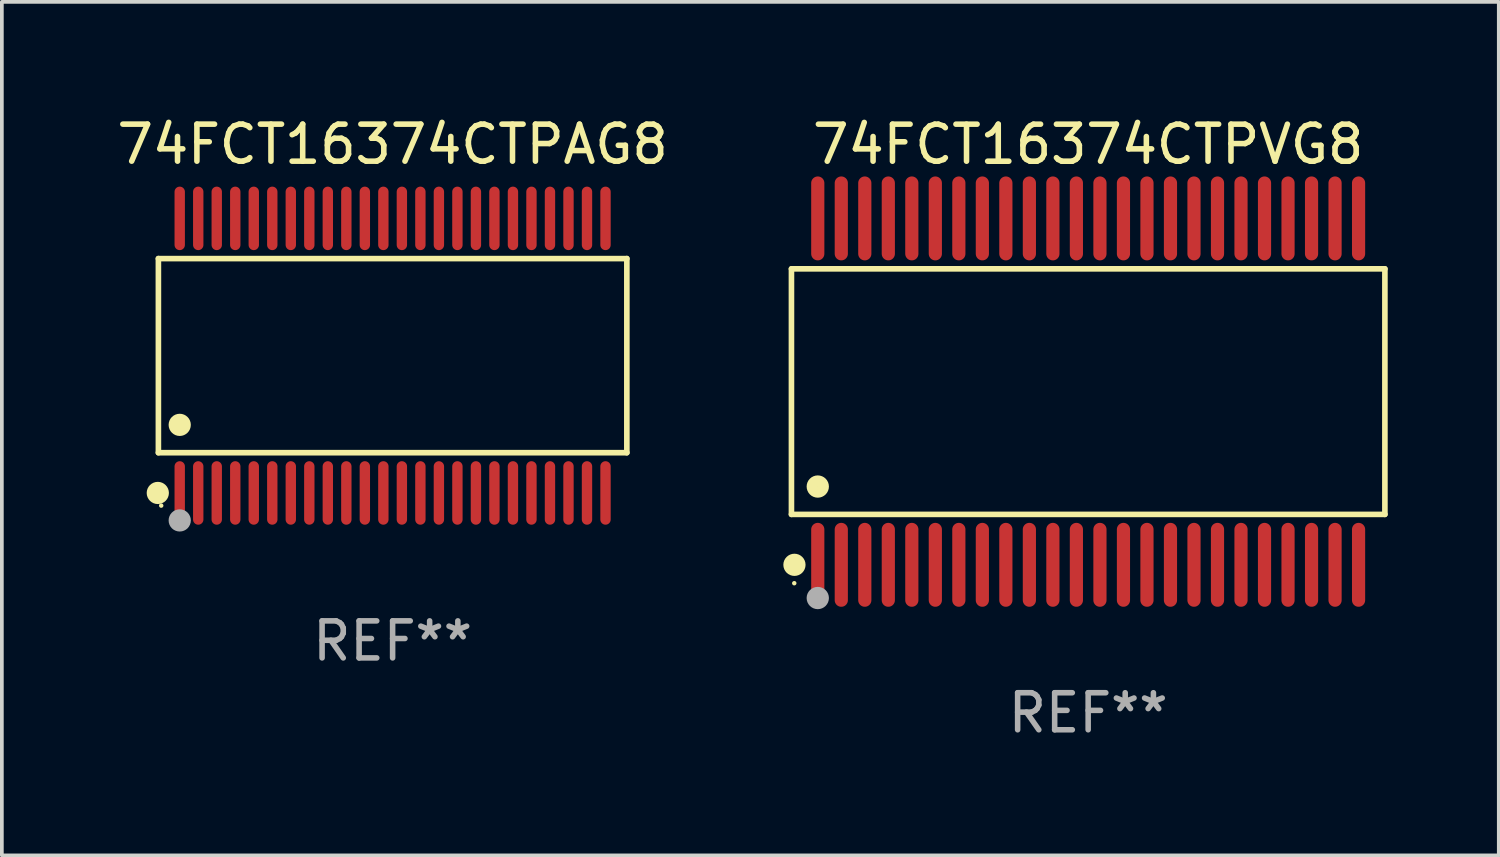
<source format=kicad_pcb>
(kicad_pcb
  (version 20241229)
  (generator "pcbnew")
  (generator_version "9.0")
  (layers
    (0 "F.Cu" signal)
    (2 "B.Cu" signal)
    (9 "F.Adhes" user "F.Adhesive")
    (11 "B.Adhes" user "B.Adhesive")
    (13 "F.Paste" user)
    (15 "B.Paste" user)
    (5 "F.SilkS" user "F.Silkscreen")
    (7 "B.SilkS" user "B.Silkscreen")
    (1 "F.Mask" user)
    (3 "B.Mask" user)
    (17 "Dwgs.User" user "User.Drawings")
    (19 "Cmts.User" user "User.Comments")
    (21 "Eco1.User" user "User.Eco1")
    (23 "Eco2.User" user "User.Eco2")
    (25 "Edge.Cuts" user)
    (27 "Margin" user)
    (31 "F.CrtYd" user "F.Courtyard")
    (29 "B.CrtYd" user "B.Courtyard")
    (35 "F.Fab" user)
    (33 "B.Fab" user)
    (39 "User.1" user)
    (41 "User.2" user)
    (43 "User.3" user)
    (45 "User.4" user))
  (footprint "74FCT16374CTPVG8"
    (layer "F.Cu")
    (at 26.34 7.527)
    (property "Reference" "74FCT16374CTPVG8" (at 0 -6.678 0) (layer "F.SilkS") (effects (font (size 1 1) (thickness 0.15))))
    (attr through_hole)
    (fp_line (start -8.014 -3.316) (end 8.014 -3.316) (stroke (width 0.152) (type solid)) (layer "F.SilkS"))
    (fp_line (start -8.014 3.316) (end -8.014 -3.316) (stroke (width 0.152) (type solid)) (layer "F.SilkS"))
    (fp_line (start 8.014 -3.316) (end 8.014 3.316) (stroke (width 0.152) (type solid)) (layer "F.SilkS"))
    (fp_line (start 8.014 3.316) (end -8.014 3.316) (stroke (width 0.152) (type solid)) (layer "F.SilkS"))
    (fp_circle (center -7.938 5.175) (end -7.908 5.175) (stroke (width 0.06) (type solid)) (fill no) (layer "F.SilkS"))
    (fp_circle (center -7.933 4.678) (end -7.783 4.678) (stroke (width 0.3) (type solid)) (fill no) (layer "F.SilkS"))
    (fp_circle (center -7.303 2.564) (end -7.152 2.564) (stroke (width 0.3) (type solid)) (fill no) (layer "F.SilkS"))
    (fp_circle (center -7.303 5.575) (end -7.152 5.575) (stroke (width 0.3) (type solid)) (fill no) (layer "F.Fab"))
    (fp_text user "REF**" (at 0 8.678 0) (layer "F.Fab") (effects (font (size 1 1) (thickness 0.15))))
    (pad "1" smd oval (at -7.303 4.678) (size 0.356 2.267) (layers "F.Cu" "F.Mask" "F.Paste"))
    (pad "2" smd oval (at -6.668 4.678) (size 0.356 2.267) (layers "F.Cu" "F.Mask" "F.Paste"))
    (pad "3" smd oval (at -6.033 4.678) (size 0.356 2.267) (layers "F.Cu" "F.Mask" "F.Paste"))
    (pad "4" smd oval (at -5.398 4.678) (size 0.356 2.267) (layers "F.Cu" "F.Mask" "F.Paste"))
    (pad "5" smd oval (at -4.763 4.678) (size 0.356 2.267) (layers "F.Cu" "F.Mask" "F.Paste"))
    (pad "6" smd oval (at -4.128 4.678) (size 0.356 2.267) (layers "F.Cu" "F.Mask" "F.Paste"))
    (pad "7" smd oval (at -3.493 4.678) (size 0.356 2.267) (layers "F.Cu" "F.Mask" "F.Paste"))
    (pad "8" smd oval (at -2.858 4.678) (size 0.356 2.267) (layers "F.Cu" "F.Mask" "F.Paste"))
    (pad "9" smd oval (at -2.223 4.678) (size 0.356 2.267) (layers "F.Cu" "F.Mask" "F.Paste"))
    (pad "10" smd oval (at -1.588 4.678) (size 0.356 2.267) (layers "F.Cu" "F.Mask" "F.Paste"))
    (pad "11" smd oval (at -0.953 4.678) (size 0.356 2.267) (layers "F.Cu" "F.Mask" "F.Paste"))
    (pad "12" smd oval (at -0.318 4.678) (size 0.356 2.267) (layers "F.Cu" "F.Mask" "F.Paste"))
    (pad "13" smd oval (at 0.318 4.678) (size 0.356 2.267) (layers "F.Cu" "F.Mask" "F.Paste"))
    (pad "14" smd oval (at 0.953 4.678) (size 0.356 2.267) (layers "F.Cu" "F.Mask" "F.Paste"))
    (pad "15" smd oval (at 1.588 4.678) (size 0.356 2.267) (layers "F.Cu" "F.Mask" "F.Paste"))
    (pad "16" smd oval (at 2.223 4.678) (size 0.356 2.267) (layers "F.Cu" "F.Mask" "F.Paste"))
    (pad "17" smd oval (at 2.858 4.678) (size 0.356 2.267) (layers "F.Cu" "F.Mask" "F.Paste"))
    (pad "18" smd oval (at 3.493 4.678) (size 0.356 2.267) (layers "F.Cu" "F.Mask" "F.Paste"))
    (pad "19" smd oval (at 4.128 4.678) (size 0.356 2.267) (layers "F.Cu" "F.Mask" "F.Paste"))
    (pad "20" smd oval (at 4.763 4.678) (size 0.356 2.267) (layers "F.Cu" "F.Mask" "F.Paste"))
    (pad "21" smd oval (at 5.398 4.678) (size 0.356 2.267) (layers "F.Cu" "F.Mask" "F.Paste"))
    (pad "22" smd oval (at 6.033 4.678) (size 0.356 2.267) (layers "F.Cu" "F.Mask" "F.Paste"))
    (pad "23" smd oval (at 6.668 4.678) (size 0.356 2.267) (layers "F.Cu" "F.Mask" "F.Paste"))
    (pad "24" smd oval (at 7.303 4.678) (size 0.356 2.267) (layers "F.Cu" "F.Mask" "F.Paste"))
    (pad "25" smd oval (at 7.303 -4.678) (size 0.356 2.267) (layers "F.Cu" "F.Mask" "F.Paste"))
    (pad "26" smd oval (at 6.668 -4.678) (size 0.356 2.267) (layers "F.Cu" "F.Mask" "F.Paste"))
    (pad "27" smd oval (at 6.033 -4.678) (size 0.356 2.267) (layers "F.Cu" "F.Mask" "F.Paste"))
    (pad "28" smd oval (at 5.398 -4.678) (size 0.356 2.267) (layers "F.Cu" "F.Mask" "F.Paste"))
    (pad "29" smd oval (at 4.763 -4.678) (size 0.356 2.267) (layers "F.Cu" "F.Mask" "F.Paste"))
    (pad "30" smd oval (at 4.128 -4.678) (size 0.356 2.267) (layers "F.Cu" "F.Mask" "F.Paste"))
    (pad "31" smd oval (at 3.493 -4.678) (size 0.356 2.267) (layers "F.Cu" "F.Mask" "F.Paste"))
    (pad "32" smd oval (at 2.858 -4.678) (size 0.356 2.267) (layers "F.Cu" "F.Mask" "F.Paste"))
    (pad "33" smd oval (at 2.223 -4.678) (size 0.356 2.267) (layers "F.Cu" "F.Mask" "F.Paste"))
    (pad "34" smd oval (at 1.588 -4.678) (size 0.356 2.267) (layers "F.Cu" "F.Mask" "F.Paste"))
    (pad "35" smd oval (at 0.953 -4.678) (size 0.356 2.267) (layers "F.Cu" "F.Mask" "F.Paste"))
    (pad "36" smd oval (at 0.318 -4.678) (size 0.356 2.267) (layers "F.Cu" "F.Mask" "F.Paste"))
    (pad "37" smd oval (at -0.318 -4.678) (size 0.356 2.267) (layers "F.Cu" "F.Mask" "F.Paste"))
    (pad "38" smd oval (at -0.953 -4.678) (size 0.356 2.267) (layers "F.Cu" "F.Mask" "F.Paste"))
    (pad "39" smd oval (at -1.588 -4.678) (size 0.356 2.267) (layers "F.Cu" "F.Mask" "F.Paste"))
    (pad "40" smd oval (at -2.223 -4.678) (size 0.356 2.267) (layers "F.Cu" "F.Mask" "F.Paste"))
    (pad "41" smd oval (at -2.858 -4.678) (size 0.356 2.267) (layers "F.Cu" "F.Mask" "F.Paste"))
    (pad "42" smd oval (at -3.493 -4.678) (size 0.356 2.267) (layers "F.Cu" "F.Mask" "F.Paste"))
    (pad "43" smd oval (at -4.128 -4.678) (size 0.356 2.267) (layers "F.Cu" "F.Mask" "F.Paste"))
    (pad "44" smd oval (at -4.763 -4.678) (size 0.356 2.267) (layers "F.Cu" "F.Mask" "F.Paste"))
    (pad "45" smd oval (at -5.398 -4.678) (size 0.356 2.267) (layers "F.Cu" "F.Mask" "F.Paste"))
    (pad "46" smd oval (at -6.033 -4.678) (size 0.356 2.267) (layers "F.Cu" "F.Mask" "F.Paste"))
    (pad "47" smd oval (at -6.668 -4.678) (size 0.356 2.267) (layers "F.Cu" "F.Mask" "F.Paste"))
    (pad "48" smd oval (at -7.303 -4.678) (size 0.356 2.267) (layers "F.Cu" "F.Mask" "F.Paste")))
  (footprint "74FCT16374CTPAG8"
    (layer "F.Cu")
    (at 7.554 6.556)
    (property "Reference" "74FCT16374CTPAG8" (at 0 -5.708 0) (layer "F.SilkS") (effects (font (size 1 1) (thickness 0.15))))
    (attr through_hole)
    (fp_line (start -6.326 -2.622) (end 6.326 -2.622) (stroke (width 0.152) (type solid)) (layer "F.SilkS"))
    (fp_line (start -6.326 2.621) (end -6.326 -2.622) (stroke (width 0.152) (type solid)) (layer "F.SilkS"))
    (fp_line (start 6.326 -2.622) (end 6.326 2.621) (stroke (width 0.152) (type solid)) (layer "F.SilkS"))
    (fp_line (start 6.326 2.621) (end -6.326 2.621) (stroke (width 0.152) (type solid)) (layer "F.SilkS"))
    (fp_circle (center -6.342 3.708) (end -6.192 3.708) (stroke (width 0.3) (type solid)) (fill no) (layer "F.SilkS"))
    (fp_circle (center -6.25 4.05) (end -6.22 4.05) (stroke (width 0.06) (type solid)) (fill no) (layer "F.SilkS"))
    (fp_circle (center -5.75 1.869) (end -5.6 1.869) (stroke (width 0.3) (type solid)) (fill no) (layer "F.SilkS"))
    (fp_circle (center -5.75 4.45) (end -5.6 4.45) (stroke (width 0.3) (type solid)) (fill no) (layer "F.Fab"))
    (fp_text user "REF**" (at 0 7.708 0) (layer "F.Fab") (effects (font (size 1 1) (thickness 0.15))))
    (pad "1" smd oval (at -5.75 3.708) (size 0.28 1.715) (layers "F.Cu" "F.Mask" "F.Paste"))
    (pad "2" smd oval (at -5.25 3.708) (size 0.28 1.715) (layers "F.Cu" "F.Mask" "F.Paste"))
    (pad "3" smd oval (at -4.75 3.708) (size 0.28 1.715) (layers "F.Cu" "F.Mask" "F.Paste"))
    (pad "4" smd oval (at -4.25 3.708) (size 0.28 1.715) (layers "F.Cu" "F.Mask" "F.Paste"))
    (pad "5" smd oval (at -3.75 3.708) (size 0.28 1.715) (layers "F.Cu" "F.Mask" "F.Paste"))
    (pad "6" smd oval (at -3.25 3.708) (size 0.28 1.715) (layers "F.Cu" "F.Mask" "F.Paste"))
    (pad "7" smd oval (at -2.75 3.708) (size 0.28 1.715) (layers "F.Cu" "F.Mask" "F.Paste"))
    (pad "8" smd oval (at -2.25 3.708) (size 0.28 1.715) (layers "F.Cu" "F.Mask" "F.Paste"))
    (pad "9" smd oval (at -1.75 3.708) (size 0.28 1.715) (layers "F.Cu" "F.Mask" "F.Paste"))
    (pad "10" smd oval (at -1.25 3.708) (size 0.28 1.715) (layers "F.Cu" "F.Mask" "F.Paste"))
    (pad "11" smd oval (at -0.75 3.708) (size 0.28 1.715) (layers "F.Cu" "F.Mask" "F.Paste"))
    (pad "12" smd oval (at -0.25 3.708) (size 0.28 1.715) (layers "F.Cu" "F.Mask" "F.Paste"))
    (pad "13" smd oval (at 0.25 3.708) (size 0.28 1.715) (layers "F.Cu" "F.Mask" "F.Paste"))
    (pad "14" smd oval (at 0.75 3.708) (size 0.28 1.715) (layers "F.Cu" "F.Mask" "F.Paste"))
    (pad "15" smd oval (at 1.25 3.708) (size 0.28 1.715) (layers "F.Cu" "F.Mask" "F.Paste"))
    (pad "16" smd oval (at 1.75 3.708) (size 0.28 1.715) (layers "F.Cu" "F.Mask" "F.Paste"))
    (pad "17" smd oval (at 2.25 3.708) (size 0.28 1.715) (layers "F.Cu" "F.Mask" "F.Paste"))
    (pad "18" smd oval (at 2.75 3.708) (size 0.28 1.715) (layers "F.Cu" "F.Mask" "F.Paste"))
    (pad "19" smd oval (at 3.25 3.708) (size 0.28 1.715) (layers "F.Cu" "F.Mask" "F.Paste"))
    (pad "20" smd oval (at 3.75 3.708) (size 0.28 1.715) (layers "F.Cu" "F.Mask" "F.Paste"))
    (pad "21" smd oval (at 4.25 3.708) (size 0.28 1.715) (layers "F.Cu" "F.Mask" "F.Paste"))
    (pad "22" smd oval (at 4.75 3.708) (size 0.28 1.715) (layers "F.Cu" "F.Mask" "F.Paste"))
    (pad "23" smd oval (at 5.25 3.708) (size 0.28 1.715) (layers "F.Cu" "F.Mask" "F.Paste"))
    (pad "24" smd oval (at 5.75 3.708) (size 0.28 1.715) (layers "F.Cu" "F.Mask" "F.Paste"))
    (pad "25" smd oval (at 5.75 -3.708) (size 0.28 1.715) (layers "F.Cu" "F.Mask" "F.Paste"))
    (pad "26" smd oval (at 5.25 -3.708) (size 0.28 1.715) (layers "F.Cu" "F.Mask" "F.Paste"))
    (pad "27" smd oval (at 4.75 -3.708) (size 0.28 1.715) (layers "F.Cu" "F.Mask" "F.Paste"))
    (pad "28" smd oval (at 4.25 -3.708) (size 0.28 1.715) (layers "F.Cu" "F.Mask" "F.Paste"))
    (pad "29" smd oval (at 3.75 -3.708) (size 0.28 1.715) (layers "F.Cu" "F.Mask" "F.Paste"))
    (pad "30" smd oval (at 3.25 -3.708) (size 0.28 1.715) (layers "F.Cu" "F.Mask" "F.Paste"))
    (pad "31" smd oval (at 2.75 -3.708) (size 0.28 1.715) (layers "F.Cu" "F.Mask" "F.Paste"))
    (pad "32" smd oval (at 2.25 -3.708) (size 0.28 1.715) (layers "F.Cu" "F.Mask" "F.Paste"))
    (pad "33" smd oval (at 1.75 -3.708) (size 0.28 1.715) (layers "F.Cu" "F.Mask" "F.Paste"))
    (pad "34" smd oval (at 1.25 -3.708) (size 0.28 1.715) (layers "F.Cu" "F.Mask" "F.Paste"))
    (pad "35" smd oval (at 0.75 -3.708) (size 0.28 1.715) (layers "F.Cu" "F.Mask" "F.Paste"))
    (pad "36" smd oval (at 0.25 -3.708) (size 0.28 1.715) (layers "F.Cu" "F.Mask" "F.Paste"))
    (pad "37" smd oval (at -0.25 -3.708) (size 0.28 1.715) (layers "F.Cu" "F.Mask" "F.Paste"))
    (pad "38" smd oval (at -0.75 -3.708) (size 0.28 1.715) (layers "F.Cu" "F.Mask" "F.Paste"))
    (pad "39" smd oval (at -1.25 -3.708) (size 0.28 1.715) (layers "F.Cu" "F.Mask" "F.Paste"))
    (pad "40" smd oval (at -1.75 -3.708) (size 0.28 1.715) (layers "F.Cu" "F.Mask" "F.Paste"))
    (pad "41" smd oval (at -2.25 -3.708) (size 0.28 1.715) (layers "F.Cu" "F.Mask" "F.Paste"))
    (pad "42" smd oval (at -2.75 -3.708) (size 0.28 1.715) (layers "F.Cu" "F.Mask" "F.Paste"))
    (pad "43" smd oval (at -3.25 -3.708) (size 0.28 1.715) (layers "F.Cu" "F.Mask" "F.Paste"))
    (pad "44" smd oval (at -3.75 -3.708) (size 0.28 1.715) (layers "F.Cu" "F.Mask" "F.Paste"))
    (pad "45" smd oval (at -4.25 -3.708) (size 0.28 1.715) (layers "F.Cu" "F.Mask" "F.Paste"))
    (pad "46" smd oval (at -4.75 -3.708) (size 0.28 1.715) (layers "F.Cu" "F.Mask" "F.Paste"))
    (pad "47" smd oval (at -5.25 -3.708) (size 0.28 1.715) (layers "F.Cu" "F.Mask" "F.Paste"))
    (pad "48" smd oval (at -5.75 -3.708) (size 0.28 1.715) (layers "F.Cu" "F.Mask" "F.Paste")))
  (gr_rect
    (start -3 -3)
    (end 37.43 20.053)
    (stroke (width 0.1) (type default))
    (fill no)
    (layer "Edge.Cuts")))
</source>
